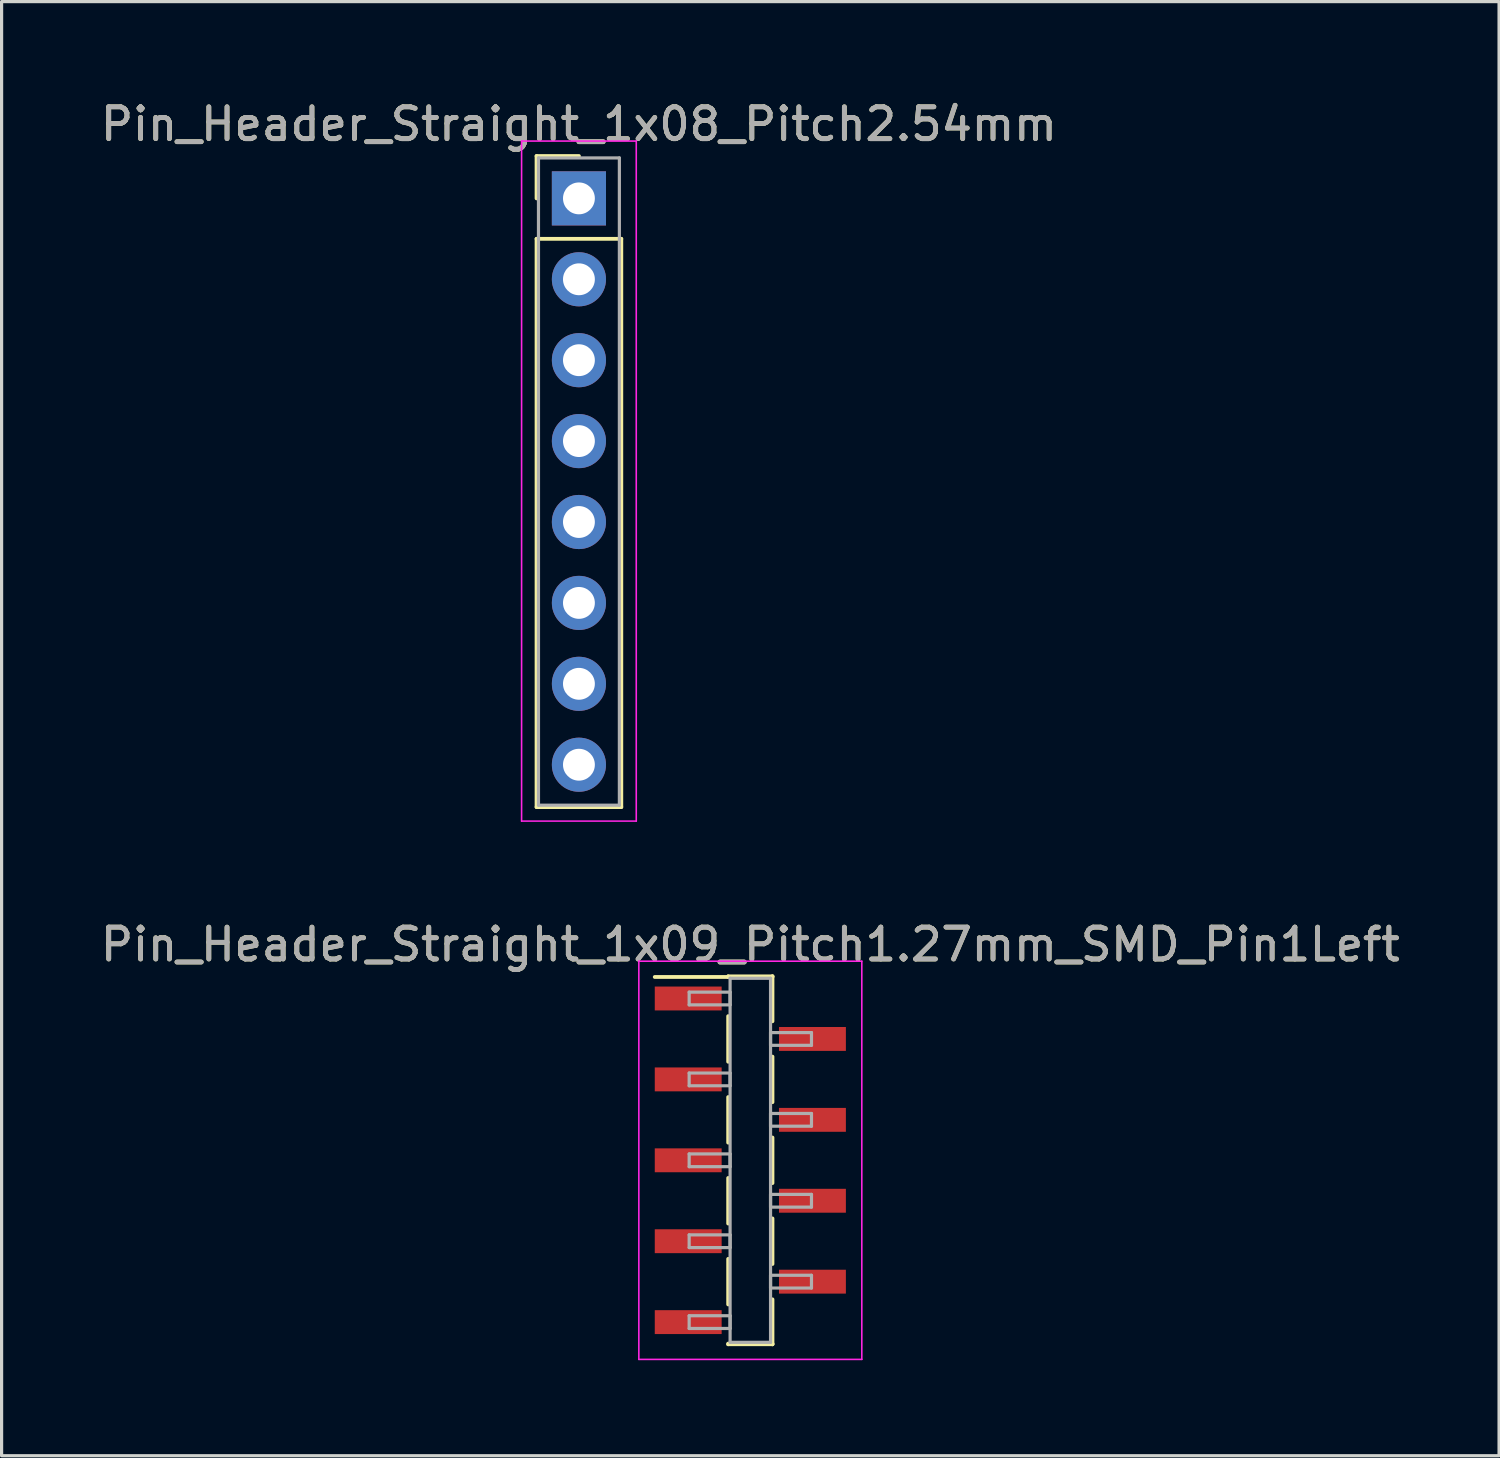
<source format=kicad_pcb>
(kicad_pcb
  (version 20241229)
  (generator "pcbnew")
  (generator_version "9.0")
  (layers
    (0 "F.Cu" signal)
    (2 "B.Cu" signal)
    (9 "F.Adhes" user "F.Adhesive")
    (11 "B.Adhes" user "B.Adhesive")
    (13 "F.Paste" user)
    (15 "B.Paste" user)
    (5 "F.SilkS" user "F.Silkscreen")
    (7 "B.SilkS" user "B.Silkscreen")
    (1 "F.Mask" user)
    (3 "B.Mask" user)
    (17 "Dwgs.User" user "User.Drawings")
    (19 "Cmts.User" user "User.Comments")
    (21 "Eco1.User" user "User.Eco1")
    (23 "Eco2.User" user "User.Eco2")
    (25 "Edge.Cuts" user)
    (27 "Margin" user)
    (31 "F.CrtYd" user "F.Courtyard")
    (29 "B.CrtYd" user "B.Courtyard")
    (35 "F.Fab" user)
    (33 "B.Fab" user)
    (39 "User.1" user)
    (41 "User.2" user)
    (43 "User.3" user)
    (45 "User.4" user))
  (footprint "Pin_Header_Straight_1x08_Pitch2.54mm"
    (layer "F.Cu")
    (at 15.125 3.178)
    (property "Reference" "Pin_Header_Straight_1x08_Pitch2.54mm" (at 0 -2.33 0) (layer "F.SilkS") (effects (font (size 1 1) (thickness 0.15))))
    (attr through_hole)
    (fp_line (start -1.33 -1.33) (end 0 -1.33) (stroke (width 0.12) (type solid)) (layer "F.SilkS"))
    (fp_line (start -1.33 0) (end -1.33 -1.33) (stroke (width 0.12) (type solid)) (layer "F.SilkS"))
    (fp_line (start -1.33 1.27) (end -1.33 19.11) (stroke (width 0.12) (type solid)) (layer "F.SilkS"))
    (fp_line (start -1.33 19.11) (end 1.33 19.11) (stroke (width 0.12) (type solid)) (layer "F.SilkS"))
    (fp_line (start 1.33 1.27) (end -1.33 1.27) (stroke (width 0.12) (type solid)) (layer "F.SilkS"))
    (fp_line (start 1.33 19.11) (end 1.33 1.27) (stroke (width 0.12) (type solid)) (layer "F.SilkS"))
    (fp_line (start -1.8 -1.8) (end -1.8 19.55) (stroke (width 0.05) (type solid)) (layer "F.CrtYd"))
    (fp_line (start -1.8 19.55) (end 1.8 19.55) (stroke (width 0.05) (type solid)) (layer "F.CrtYd"))
    (fp_line (start 1.8 -1.8) (end -1.8 -1.8) (stroke (width 0.05) (type solid)) (layer "F.CrtYd"))
    (fp_line (start 1.8 19.55) (end 1.8 -1.8) (stroke (width 0.05) (type solid)) (layer "F.CrtYd"))
    (fp_line (start -1.27 -1.27) (end -1.27 19.05) (stroke (width 0.1) (type solid)) (layer "F.Fab"))
    (fp_line (start -1.27 19.05) (end 1.27 19.05) (stroke (width 0.1) (type solid)) (layer "F.Fab"))
    (fp_line (start 1.27 -1.27) (end -1.27 -1.27) (stroke (width 0.1) (type solid)) (layer "F.Fab"))
    (fp_line (start 1.27 19.05) (end 1.27 -1.27) (stroke (width 0.1) (type solid)) (layer "F.Fab"))
    (fp_text user "${REFERENCE}" (at 0 -2.33 0) (layer "F.Fab") (effects (font (size 1 1) (thickness 0.15))))
    (pad "1" thru_hole rect (at 0 0) (size 1.7 1.7) (drill 1) (layers "*.Cu" "*.Mask"))
    (pad "2" thru_hole oval (at 0 2.54) (size 1.7 1.7) (drill 1) (layers "*.Cu" "*.Mask"))
    (pad "3" thru_hole oval (at 0 5.08) (size 1.7 1.7) (drill 1) (layers "*.Cu" "*.Mask"))
    (pad "4" thru_hole oval (at 0 7.62) (size 1.7 1.7) (drill 1) (layers "*.Cu" "*.Mask"))
    (pad "5" thru_hole oval (at 0 10.16) (size 1.7 1.7) (drill 1) (layers "*.Cu" "*.Mask"))
    (pad "6" thru_hole oval (at 0 12.7) (size 1.7 1.7) (drill 1) (layers "*.Cu" "*.Mask"))
    (pad "7" thru_hole oval (at 0 15.24) (size 1.7 1.7) (drill 1) (layers "*.Cu" "*.Mask"))
    (pad "8" thru_hole oval (at 0 17.78) (size 1.7 1.7) (drill 1) (layers "*.Cu" "*.Mask")))
  (footprint "Pin_Header_Straight_1x09_Pitch1.27mm_SMD_Pin1Left"
    (layer "F.Cu")
    (at 20.506 33.377)
    (property "Reference" "Pin_Header_Straight_1x09_Pitch1.27mm_SMD_Pin1Left" (at 0 -6.775 0) (layer "F.SilkS") (effects (font (size 1 1) (thickness 0.15))))
    (attr smd)
    (fp_line (start -0.695 -5.775) (end 0.695 -5.775) (stroke (width 0.12) (type solid)) (layer "F.SilkS"))
    (fp_line (start -0.695 -5.755) (end -3 -5.755) (stroke (width 0.12) (type solid)) (layer "F.SilkS"))
    (fp_line (start -0.695 -5.755) (end -0.695 -5.775) (stroke (width 0.12) (type solid)) (layer "F.SilkS"))
    (fp_line (start -0.695 -4.525) (end -0.695 -3.095) (stroke (width 0.12) (type solid)) (layer "F.SilkS"))
    (fp_line (start -0.695 -1.985) (end -0.695 -0.555) (stroke (width 0.12) (type solid)) (layer "F.SilkS"))
    (fp_line (start -0.695 0.555) (end -0.695 1.985) (stroke (width 0.12) (type solid)) (layer "F.SilkS"))
    (fp_line (start -0.695 3.095) (end -0.695 4.525) (stroke (width 0.12) (type solid)) (layer "F.SilkS"))
    (fp_line (start -0.695 5.755) (end -0.695 5.775) (stroke (width 0.12) (type solid)) (layer "F.SilkS"))
    (fp_line (start -0.695 5.775) (end 0.695 5.775) (stroke (width 0.12) (type solid)) (layer "F.SilkS"))
    (fp_line (start 0.695 -5.775) (end 0.695 -5.755) (stroke (width 0.12) (type solid)) (layer "F.SilkS"))
    (fp_line (start 0.695 -5.775) (end 0.695 -4.365) (stroke (width 0.12) (type solid)) (layer "F.SilkS"))
    (fp_line (start 0.695 -3.255) (end 0.695 -1.825) (stroke (width 0.12) (type solid)) (layer "F.SilkS"))
    (fp_line (start 0.695 -0.715) (end 0.695 0.715) (stroke (width 0.12) (type solid)) (layer "F.SilkS"))
    (fp_line (start 0.695 1.825) (end 0.695 3.255) (stroke (width 0.12) (type solid)) (layer "F.SilkS"))
    (fp_line (start 0.695 4.365) (end 0.695 5.775) (stroke (width 0.12) (type solid)) (layer "F.SilkS"))
    (fp_line (start 0.695 5.775) (end 0.695 5.755) (stroke (width 0.12) (type solid)) (layer "F.SilkS"))
    (fp_line (start -3.5 -6.25) (end -3.5 6.25) (stroke (width 0.05) (type solid)) (layer "F.CrtYd"))
    (fp_line (start -3.5 6.25) (end 3.5 6.25) (stroke (width 0.05) (type solid)) (layer "F.CrtYd"))
    (fp_line (start 3.5 -6.25) (end -3.5 -6.25) (stroke (width 0.05) (type solid)) (layer "F.CrtYd"))
    (fp_line (start 3.5 6.25) (end 3.5 -6.25) (stroke (width 0.05) (type solid)) (layer "F.CrtYd"))
    (fp_line (start -1.92 -5.28) (end -0.635 -5.28) (stroke (width 0.1) (type solid)) (layer "F.Fab"))
    (fp_line (start -1.92 -4.88) (end -1.92 -5.28) (stroke (width 0.1) (type solid)) (layer "F.Fab"))
    (fp_line (start -1.92 -2.74) (end -0.635 -2.74) (stroke (width 0.1) (type solid)) (layer "F.Fab"))
    (fp_line (start -1.92 -2.34) (end -1.92 -2.74) (stroke (width 0.1) (type solid)) (layer "F.Fab"))
    (fp_line (start -1.92 -0.2) (end -0.635 -0.2) (stroke (width 0.1) (type solid)) (layer "F.Fab"))
    (fp_line (start -1.92 0.2) (end -1.92 -0.2) (stroke (width 0.1) (type solid)) (layer "F.Fab"))
    (fp_line (start -1.92 2.34) (end -0.635 2.34) (stroke (width 0.1) (type solid)) (layer "F.Fab"))
    (fp_line (start -1.92 2.74) (end -1.92 2.34) (stroke (width 0.1) (type solid)) (layer "F.Fab"))
    (fp_line (start -1.92 4.88) (end -0.635 4.88) (stroke (width 0.1) (type solid)) (layer "F.Fab"))
    (fp_line (start -1.92 5.28) (end -1.92 4.88) (stroke (width 0.1) (type solid)) (layer "F.Fab"))
    (fp_line (start -0.635 -5.715) (end -0.635 5.715) (stroke (width 0.1) (type solid)) (layer "F.Fab"))
    (fp_line (start -0.635 -5.28) (end -0.635 -4.88) (stroke (width 0.1) (type solid)) (layer "F.Fab"))
    (fp_line (start -0.635 -4.88) (end -1.92 -4.88) (stroke (width 0.1) (type solid)) (layer "F.Fab"))
    (fp_line (start -0.635 -2.74) (end -0.635 -2.34) (stroke (width 0.1) (type solid)) (layer "F.Fab"))
    (fp_line (start -0.635 -2.34) (end -1.92 -2.34) (stroke (width 0.1) (type solid)) (layer "F.Fab"))
    (fp_line (start -0.635 -0.2) (end -0.635 0.2) (stroke (width 0.1) (type solid)) (layer "F.Fab"))
    (fp_line (start -0.635 0.2) (end -1.92 0.2) (stroke (width 0.1) (type solid)) (layer "F.Fab"))
    (fp_line (start -0.635 2.34) (end -0.635 2.74) (stroke (width 0.1) (type solid)) (layer "F.Fab"))
    (fp_line (start -0.635 2.74) (end -1.92 2.74) (stroke (width 0.1) (type solid)) (layer "F.Fab"))
    (fp_line (start -0.635 4.88) (end -0.635 5.28) (stroke (width 0.1) (type solid)) (layer "F.Fab"))
    (fp_line (start -0.635 5.28) (end -1.92 5.28) (stroke (width 0.1) (type solid)) (layer "F.Fab"))
    (fp_line (start -0.635 5.715) (end 0.635 5.715) (stroke (width 0.1) (type solid)) (layer "F.Fab"))
    (fp_line (start 0.635 -5.715) (end -0.635 -5.715) (stroke (width 0.1) (type solid)) (layer "F.Fab"))
    (fp_line (start 0.635 -4.01) (end 0.635 -3.61) (stroke (width 0.1) (type solid)) (layer "F.Fab"))
    (fp_line (start 0.635 -3.61) (end 1.92 -3.61) (stroke (width 0.1) (type solid)) (layer "F.Fab"))
    (fp_line (start 0.635 -1.47) (end 0.635 -1.07) (stroke (width 0.1) (type solid)) (layer "F.Fab"))
    (fp_line (start 0.635 -1.07) (end 1.92 -1.07) (stroke (width 0.1) (type solid)) (layer "F.Fab"))
    (fp_line (start 0.635 1.07) (end 0.635 1.47) (stroke (width 0.1) (type solid)) (layer "F.Fab"))
    (fp_line (start 0.635 1.47) (end 1.92 1.47) (stroke (width 0.1) (type solid)) (layer "F.Fab"))
    (fp_line (start 0.635 3.61) (end 0.635 4.01) (stroke (width 0.1) (type solid)) (layer "F.Fab"))
    (fp_line (start 0.635 4.01) (end 1.92 4.01) (stroke (width 0.1) (type solid)) (layer "F.Fab"))
    (fp_line (start 0.635 5.715) (end 0.635 -5.715) (stroke (width 0.1) (type solid)) (layer "F.Fab"))
    (fp_line (start 1.92 -4.01) (end 0.635 -4.01) (stroke (width 0.1) (type solid)) (layer "F.Fab"))
    (fp_line (start 1.92 -3.61) (end 1.92 -4.01) (stroke (width 0.1) (type solid)) (layer "F.Fab"))
    (fp_line (start 1.92 -1.47) (end 0.635 -1.47) (stroke (width 0.1) (type solid)) (layer "F.Fab"))
    (fp_line (start 1.92 -1.07) (end 1.92 -1.47) (stroke (width 0.1) (type solid)) (layer "F.Fab"))
    (fp_line (start 1.92 1.07) (end 0.635 1.07) (stroke (width 0.1) (type solid)) (layer "F.Fab"))
    (fp_line (start 1.92 1.47) (end 1.92 1.07) (stroke (width 0.1) (type solid)) (layer "F.Fab"))
    (fp_line (start 1.92 3.61) (end 0.635 3.61) (stroke (width 0.1) (type solid)) (layer "F.Fab"))
    (fp_line (start 1.92 4.01) (end 1.92 3.61) (stroke (width 0.1) (type solid)) (layer "F.Fab"))
    (fp_text user "${REFERENCE}" (at 0 -6.775 0) (layer "F.Fab") (effects (font (size 1 1) (thickness 0.15))))
    (pad "1" smd rect (at -1.95 -5.08) (size 2.1 0.75) (layers "F.Cu" "F.Mask" "F.Paste"))
    (pad "2" smd rect (at 1.95 -3.81) (size 2.1 0.75) (layers "F.Cu" "F.Mask" "F.Paste"))
    (pad "3" smd rect (at -1.95 -2.54) (size 2.1 0.75) (layers "F.Cu" "F.Mask" "F.Paste"))
    (pad "4" smd rect (at 1.95 -1.27) (size 2.1 0.75) (layers "F.Cu" "F.Mask" "F.Paste"))
    (pad "5" smd rect (at -1.95 0) (size 2.1 0.75) (layers "F.Cu" "F.Mask" "F.Paste"))
    (pad "6" smd rect (at 1.95 1.27) (size 2.1 0.75) (layers "F.Cu" "F.Mask" "F.Paste"))
    (pad "7" smd rect (at -1.95 2.54) (size 2.1 0.75) (layers "F.Cu" "F.Mask" "F.Paste"))
    (pad "8" smd rect (at 1.95 3.81) (size 2.1 0.75) (layers "F.Cu" "F.Mask" "F.Paste"))
    (pad "9" smd rect (at -1.95 5.08) (size 2.1 0.75) (layers "F.Cu" "F.Mask" "F.Paste")))
  (gr_rect
    (start -3 -3)
    (end 44.012 42.651)
    (stroke (width 0.1) (type default))
    (fill no)
    (layer "Edge.Cuts")))
</source>
